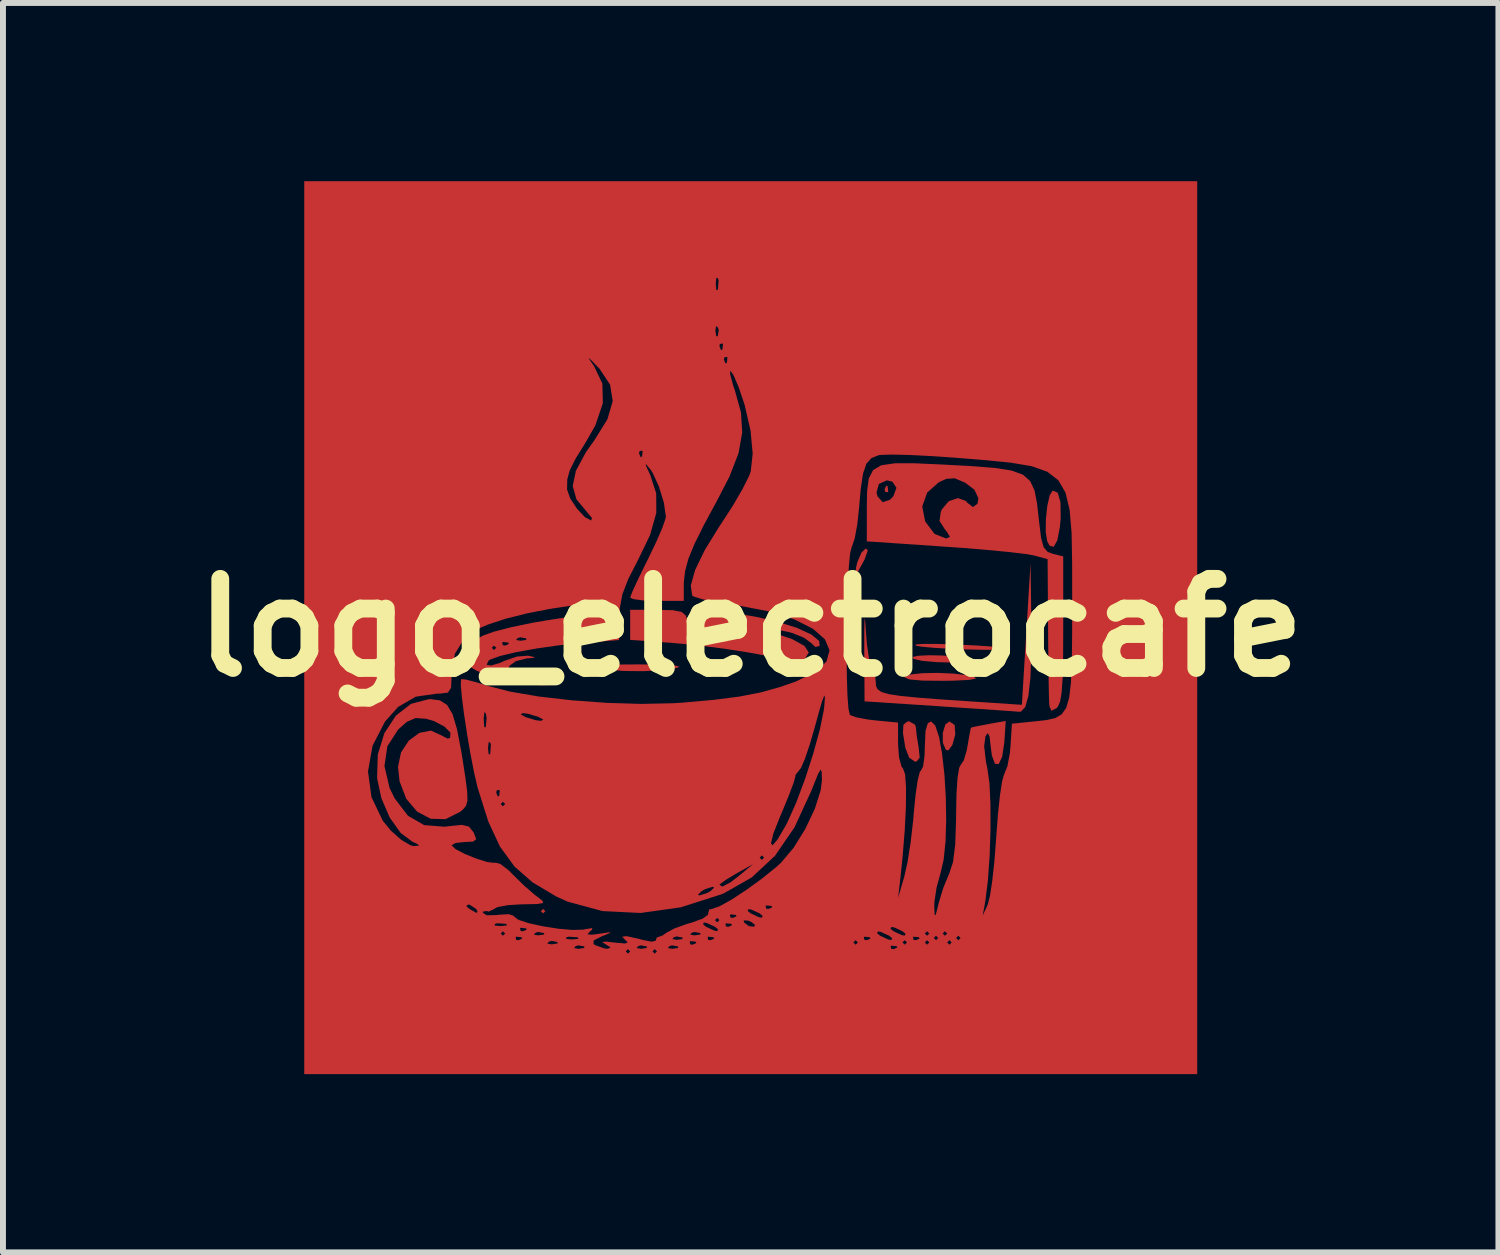
<source format=kicad_pcb>
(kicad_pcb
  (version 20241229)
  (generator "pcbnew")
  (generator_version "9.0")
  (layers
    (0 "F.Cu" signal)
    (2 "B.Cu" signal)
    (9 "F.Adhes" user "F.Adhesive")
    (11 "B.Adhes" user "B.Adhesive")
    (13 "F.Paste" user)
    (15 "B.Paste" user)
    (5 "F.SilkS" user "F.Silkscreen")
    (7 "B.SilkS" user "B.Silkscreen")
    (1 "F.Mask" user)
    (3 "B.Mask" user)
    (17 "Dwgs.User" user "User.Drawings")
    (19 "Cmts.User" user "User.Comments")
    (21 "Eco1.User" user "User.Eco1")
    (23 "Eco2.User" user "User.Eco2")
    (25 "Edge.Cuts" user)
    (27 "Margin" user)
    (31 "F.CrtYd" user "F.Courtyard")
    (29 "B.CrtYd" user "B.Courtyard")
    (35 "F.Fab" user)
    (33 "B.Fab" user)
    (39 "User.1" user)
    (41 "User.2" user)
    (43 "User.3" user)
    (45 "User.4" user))
  (footprint "logo_electrocafe"
    (layer "F.Cu")
    (at 9.586 7.515)
    (property "Reference" "logo_electrocafe" (at 0 0 0) (layer "F.SilkS") (effects (font (size 1.5 1.5) (thickness 0.3))))
    (attr board_only exclude_from_pos_files exclude_from_bom)
    (fp_poly (pts (xy -3.457 4.772) (xy -3.494 4.809) (xy -3.532 4.772) (xy -3.494 4.734)) (stroke (width 0) (type solid)) (fill yes) (layer "F.Cu"))
    (fp_poly (pts (xy 2.305 -2.38) (xy 2.314 -2.291) (xy 2.305 -2.279) (xy 2.26 -2.29) (xy 2.254 -2.33) (xy 2.282 -2.391)) (stroke (width 0) (type solid)) (fill yes) (layer "F.Cu"))
    (fp_poly (pts (xy 1.971 -1.301) (xy 1.919 -1.156) (xy 1.908 -1.132) (xy 1.81 -0.954) (xy 1.765 -0.914) (xy 1.773 -1.013) (xy 1.795 -1.104) (xy 1.863 -1.262) (xy 1.936 -1.334)) (stroke (width 0) (type solid)) (fill yes) (layer "F.Cu"))
    (fp_poly (pts (xy 3.433 1.638) (xy 3.443 1.798) (xy 3.393 1.977) (xy 3.327 2.064) (xy 3.285 2.058) (xy 3.233 1.935) (xy 3.233 1.771) (xy 3.275 1.631) (xy 3.344 1.578)) (stroke (width 0) (type solid)) (fill yes) (layer "F.Cu"))
    (fp_poly (pts (xy -1.519 0.622) (xy -1.291 0.635) (xy -1.2 0.654) (xy -1.24 0.676) (xy -1.487 0.715) (xy -1.806 0.732) (xy -2.137 0.729) (xy -2.42 0.705) (xy -2.555 0.676) (xy -2.572 0.65) (xy -2.449 0.632) (xy -2.195 0.62) (xy -1.879 0.618)) (stroke (width 0) (type solid)) (fill yes) (layer "F.Cu"))
    (fp_poly (pts (xy 2.767 1.633) (xy 2.78 1.681) (xy 2.795 1.826) (xy 2.827 2.02) (xy 2.844 2.188) (xy 2.793 2.251) (xy 2.762 2.254) (xy 2.666 2.187) (xy 2.602 2.02) (xy 2.562 1.769) (xy 2.571 1.632) (xy 2.633 1.581) (xy 2.668 1.578)) (stroke (width 0) (type solid)) (fill yes) (layer "F.Cu"))
    (fp_poly (pts (xy 5.167 -2.272) (xy 5.214 -2.11) (xy 5.217 -1.84) (xy 5.204 -1.697) (xy 5.16 -1.468) (xy 5.098 -1.36) (xy 5.028 -1.383) (xy 4.99 -1.456) (xy 4.965 -1.611) (xy 4.968 -1.826) (xy 4.992 -2.05) (xy 5.033 -2.229) (xy 5.082 -2.308)) (stroke (width 0) (type solid)) (fill yes) (layer "F.Cu"))
    (fp_poly (pts (xy 3.211 0.468) (xy 3.441 0.483) (xy 3.646 0.51) (xy 3.72 0.526) (xy 3.803 0.556) (xy 3.76 0.575) (xy 3.583 0.585) (xy 3.419 0.587) (xy 3.131 0.58) (xy 2.887 0.558) (xy 2.743 0.526) (xy 2.722 0.494) (xy 2.817 0.473) (xy 2.991 0.464)) (stroke (width 0) (type solid)) (fill yes) (layer "F.Cu"))
    (fp_poly (pts (xy 3.415 0.773) (xy 3.651 0.801) (xy 3.757 0.827) (xy 3.792 0.857) (xy 3.676 0.879) (xy 3.41 0.892) (xy 3.246 0.894) (xy 2.894 0.891) (xy 2.673 0.871) (xy 2.59 0.837) (xy 2.593 0.827) (xy 2.689 0.788) (xy 2.888 0.766) (xy 3.146 0.761)) (stroke (width 0) (type solid)) (fill yes) (layer "F.Cu"))
    (fp_poly (pts (xy 3.444 0.282) (xy 3.457 0.283) (xy 3.801 0.3) (xy 4.086 0.319) (xy 4.28 0.336) (xy 4.352 0.348) (xy 4.307 0.364) (xy 4.147 0.372) (xy 3.908 0.372) (xy 3.625 0.366) (xy 3.334 0.354) (xy 3.071 0.338) (xy 2.87 0.319) (xy 2.78 0.303) (xy 2.775 0.283) (xy 2.898 0.273) (xy 3.128 0.273)) (stroke (width 0) (type solid)) (fill yes) (layer "F.Cu"))
    (fp_poly (pts (xy 4.722 -0.18) (xy 4.723 0.398) (xy 4.708 0.836) (xy 4.674 1.145) (xy 4.622 1.333) (xy 4.55 1.412) (xy 4.517 1.415) (xy 4.404 1.406) (xy 4.169 1.39) (xy 3.84 1.367) (xy 3.445 1.341) (xy 3.156 1.321) (xy 1.916 1.24) (xy 1.911 0.338) (xy 1.911 0.049) (xy 1.915 -0.119) (xy 1.921 -0.158) (xy 1.931 -0.058) (xy 1.934 -0.000088) (xy 1.956 0.282) (xy 1.989 0.506) (xy 2.027 0.628) (xy 2.033 0.635) (xy 2.087 0.759) (xy 2.104 0.906) (xy 2.109 0.981) (xy 2.136 1.038) (xy 2.203 1.084) (xy 2.329 1.12) (xy 2.531 1.15) (xy 2.828 1.179) (xy 3.238 1.21) (xy 3.779 1.246) (xy 3.804 1.248) (xy 4.564 1.298) (xy 4.637 0.104) (xy 4.71 -1.09)) (stroke (width 0) (type solid)) (fill yes) (layer "F.Cu"))
    (fp_poly (pts (xy -1.311 -0.294) (xy -1.164 -0.266) (xy -1.094 -0.206) (xy -1.075 -0.155) (xy -0.995 -0.015) (xy -0.932 0.03) (xy -0.841 0.025) (xy -0.838 -0.049) (xy -0.902 -0.113) (xy -0.987 -0.195) (xy -0.945 -0.249) (xy -0.797 -0.274) (xy -0.562 -0.272) (xy -0.261 -0.242) (xy 0.085 -0.184) (xy 0.444 -0.102) (xy 0.778 0.003) (xy 1.02 0.115) (xy 1.152 0.224) (xy 1.16 0.308) (xy 1.086 0.324) (xy 1.024 0.263) (xy 0.897 0.169) (xy 0.692 0.087) (xy 0.637 0.073) (xy 0.417 0.029) (xy 0.266 0.011) (xy 0.205 0.017) (xy 0.255 0.048) (xy 0.376 0.085) (xy 0.697 0.192) (xy 0.903 0.306) (xy 0.977 0.417) (xy 0.977 0.418) (xy 0.914 0.52) (xy 0.775 0.587) (xy 0.634 0.59) (xy 0.59 0.565) (xy 0.487 0.524) (xy 0.266 0.473) (xy -0.039 0.417) (xy -0.397 0.361) (xy -0.775 0.311) (xy -1.141 0.272) (xy -1.307 0.258) (xy -2.029 0.205) (xy -2.029 -0.048) (xy -2.029 -0.301) (xy -1.571 -0.301)) (stroke (width 0) (type solid)) (fill yes) (layer "F.Cu"))
    (fp_poly (pts (xy 2.762 -2.767) (xy 3.189 -2.748) (xy 3.712 -2.72) (xy 4.106 -2.689) (xy 4.389 -2.645) (xy 4.582 -2.575) (xy 4.704 -2.467) (xy 4.777 -2.31) (xy 4.819 -2.092) (xy 4.852 -1.802) (xy 4.855 -1.773) (xy 4.888 -1.506) (xy 4.931 -1.353) (xy 4.998 -1.276) (xy 5.082 -1.244) (xy 5.26 -1.2) (xy 5.26 0.03) (xy 5.258 0.505) (xy 5.25 0.851) (xy 5.233 1.089) (xy 5.208 1.241) (xy 5.171 1.328) (xy 5.148 1.353) (xy 5.062 1.399) (xy 5.029 1.324) (xy 5.024 1.268) (xy 5.019 1.131) (xy 5.014 0.876) (xy 5.01 0.535) (xy 5.006 0.138) (xy 5.005 -0.032) (xy 4.997 -1.153) (xy 4.772 -1.215) (xy 4.623 -1.241) (xy 4.355 -1.273) (xy 3.997 -1.307) (xy 3.578 -1.342) (xy 3.25 -1.365) (xy 1.954 -1.453) (xy 1.954 -1.999) (xy 1.954 -2.04) (xy 2.887 -2.04) (xy 2.935 -1.794) (xy 2.94 -1.783) (xy 3.094 -1.578) (xy 3.279 -1.505) (xy 3.299 -1.504) (xy 3.354 -1.529) (xy 3.297 -1.621) (xy 3.269 -1.654) (xy 3.178 -1.796) (xy 3.198 -1.946) (xy 3.218 -1.992) (xy 3.334 -2.129) (xy 3.488 -2.181) (xy 3.621 -2.134) (xy 3.645 -2.104) (xy 3.74 -2.03) (xy 3.816 -2.086) (xy 3.833 -2.177) (xy 3.765 -2.323) (xy 3.607 -2.442) (xy 3.432 -2.515) (xy 3.292 -2.505) (xy 3.165 -2.447) (xy 2.969 -2.273) (xy 2.887 -2.04) (xy 1.954 -2.04) (xy 1.958 -2.277) (xy 2.117 -2.277) (xy 2.133 -2.213) (xy 2.221 -2.112) (xy 2.343 -2.153) (xy 2.402 -2.214) (xy 2.453 -2.355) (xy 2.384 -2.458) (xy 2.292 -2.48) (xy 2.158 -2.42) (xy 2.117 -2.277) (xy 1.958 -2.277) (xy 1.959 -2.298) (xy 1.987 -2.512) (xy 2.06 -2.653) (xy 2.199 -2.734) (xy 2.426 -2.767)) (stroke (width 0) (type solid)) (fill yes) (layer "F.Cu"))
    (fp_poly (pts (xy 7.515 -0.000001) (xy 7.515 7.515) (xy -0.000001 7.515) (xy -7.515 7.515) (xy -7.515 5.448) (xy -2.104 5.448) (xy -2.067 5.486) (xy -2.029 5.448) (xy -1.653 5.448) (xy -1.616 5.486) (xy -1.578 5.448) (xy -1.616 5.411) (xy -1.653 5.448) (xy -2.029 5.448) (xy -2.067 5.411) (xy -2.104 5.448) (xy -7.515 5.448) (xy -7.515 5.393) (xy -2.973 5.393) (xy -2.899 5.405) (xy -2.802 5.391) (xy -2.801 5.365) (xy -2.901 5.347) (xy -2.945 5.359) (xy -2.973 5.393) (xy -7.515 5.393) (xy -7.515 5.318) (xy -3.424 5.318) (xy -3.35 5.33) (xy -3.253 5.316) (xy -3.252 5.29) (xy -3.352 5.272) (xy -3.396 5.284) (xy -3.424 5.318) (xy -7.515 5.318) (xy -7.515 5.21) (xy -3.958 5.21) (xy -3.947 5.255) (xy -3.908 5.26) (xy -3.857 5.238) (xy -3.109 5.238) (xy -3.006 5.248) (xy -2.899 5.237) (xy -2.912 5.211) (xy -3.066 5.201) (xy -3.1 5.211) (xy -3.109 5.238) (xy -3.857 5.238) (xy -3.846 5.233) (xy -3.858 5.21) (xy -3.947 5.201) (xy -3.958 5.21) (xy -7.515 5.21) (xy -7.515 5.148) (xy -4.208 5.148) (xy -4.171 5.185) (xy -4.153 5.167) (xy -3.65 5.167) (xy -3.576 5.179) (xy -3.478 5.165) (xy -3.477 5.14) (xy -3.578 5.122) (xy -3.621 5.134) (xy -3.65 5.167) (xy -4.153 5.167) (xy -4.133 5.148) (xy -4.171 5.11) (xy -4.208 5.148) (xy -7.515 5.148) (xy -7.515 5.06) (xy -3.883 5.06) (xy -3.872 5.105) (xy -3.833 5.11) (xy -3.771 5.083) (xy -3.782 5.06) (xy -3.872 5.051) (xy -3.883 5.06) (xy -7.515 5.06) (xy -7.515 5.013) (xy -4.312 5.013) (xy -4.208 5.023) (xy -4.102 5.011) (xy -4.114 4.985) (xy -4.268 4.975) (xy -4.302 4.985) (xy -4.312 5.013) (xy -7.515 5.013) (xy -7.515 4.69) (xy -4.787 4.69) (xy -4.734 4.734) (xy -4.614 4.802) (xy -4.598 4.776) (xy -4.622 4.734) (xy -4.731 4.663) (xy -4.758 4.66) (xy -4.787 4.69) (xy -7.515 4.69) (xy -7.515 2.421) (xy -6.442 2.421) (xy -6.384 2.85) (xy -6.195 3.246) (xy -6.057 3.416) (xy -5.881 3.572) (xy -5.721 3.666) (xy -5.665 3.677) (xy -5.579 3.667) (xy -5.626 3.632) (xy -5.689 3.606) (xy -5.892 3.455) (xy -6.076 3.196) (xy -6.217 2.87) (xy -6.289 2.532) (xy -6.277 2.133) (xy -6.165 1.773) (xy -5.973 1.481) (xy -5.718 1.282) (xy -5.418 1.203) (xy -5.395 1.202) (xy -5.233 1.223) (xy -5.112 1.299) (xy -5.02 1.453) (xy -4.944 1.707) (xy -4.872 2.084) (xy -4.856 2.179) (xy -4.802 2.529) (xy -4.772 2.762) (xy -4.768 2.907) (xy -4.791 2.996) (xy -4.842 3.059) (xy -4.891 3.1) (xy -5.138 3.223) (xy -5.387 3.216) (xy -5.615 3.096) (xy -5.798 2.88) (xy -5.911 2.585) (xy -5.937 2.342) (xy -5.886 2.099) (xy -5.754 1.9) (xy -5.576 1.77) (xy -5.383 1.732) (xy -5.21 1.81) (xy -5.201 1.817) (xy -5.099 1.868) (xy -5.059 1.853) (xy -5.055 1.765) (xy -5.158 1.662) (xy -5.333 1.571) (xy -5.465 1.533) (xy -5.642 1.521) (xy -5.789 1.585) (xy -5.934 1.714) (xy -6.116 1.995) (xy -6.165 2.329) (xy -6.079 2.697) (xy -5.994 2.872) (xy -5.769 3.166) (xy -5.496 3.323) (xy -5.156 3.35) (xy -5.075 3.341) (xy -4.862 3.319) (xy -4.743 3.348) (xy -4.668 3.441) (xy -4.663 3.449) (xy -4.62 3.559) (xy -4.674 3.601) (xy -4.807 3.607) (xy -4.966 3.623) (xy -5.035 3.662) (xy -5.035 3.663) (xy -4.971 3.726) (xy -4.814 3.808) (xy -4.617 3.887) (xy -4.431 3.945) (xy -4.31 3.959) (xy -4.298 3.954) (xy -4.211 3.979) (xy -4.07 4.088) (xy -4.004 4.155) (xy -3.816 4.34) (xy -3.635 4.497) (xy -3.598 4.524) (xy -3.504 4.597) (xy -3.495 4.635) (xy -3.593 4.651) (xy -3.818 4.656) (xy -3.847 4.656) (xy -4.088 4.67) (xy -4.263 4.703) (xy -4.322 4.736) (xy -4.412 4.779) (xy -4.439 4.769) (xy -4.504 4.777) (xy -4.509 4.8) (xy -4.443 4.841) (xy -4.274 4.837) (xy -4.246 4.832) (xy -4.073 4.822) (xy -3.986 4.851) (xy -3.983 4.861) (xy -3.915 4.915) (xy -3.74 4.973) (xy -3.5 5.026) (xy -3.237 5.067) (xy -2.995 5.088) (xy -2.816 5.082) (xy -2.799 5.078) (xy -2.669 5.056) (xy -2.67 5.084) (xy -2.705 5.112) (xy -2.749 5.162) (xy -2.671 5.168) (xy -2.555 5.153) (xy -2.387 5.128) (xy -2.359 5.134) (xy -2.464 5.178) (xy -2.507 5.195) (xy -2.644 5.264) (xy -2.646 5.323) (xy -2.62 5.343) (xy -2.459 5.4) (xy -2.405 5.404) (xy -2.38 5.393) (xy -1.921 5.393) (xy -1.847 5.405) (xy -1.762 5.393) (xy -1.395 5.393) (xy -1.321 5.405) (xy -1.224 5.391) (xy -1.223 5.365) (xy -1.249 5.361) (xy 2.355 5.361) (xy 2.365 5.405) (xy 2.405 5.411) (xy 2.467 5.383) (xy 2.455 5.361) (xy 2.366 5.352) (xy 2.355 5.361) (xy -1.249 5.361) (xy -1.323 5.347) (xy -1.367 5.359) (xy -1.395 5.393) (xy -1.762 5.393) (xy -1.75 5.391) (xy -1.749 5.365) (xy -1.849 5.347) (xy -1.893 5.359) (xy -1.921 5.393) (xy -2.38 5.393) (xy -2.358 5.382) (xy -2.442 5.329) (xy -2.502 5.29) (xy -2.43 5.284) (xy -2.292 5.3) (xy -2.113 5.316) (xy -2.069 5.296) (xy -2.081 5.285) (xy -1.027 5.285) (xy -1.017 5.33) (xy -0.977 5.336) (xy -0.915 5.308) (xy -0.92 5.298) (xy 1.728 5.298) (xy 1.766 5.336) (xy 1.804 5.298) (xy 2.555 5.298) (xy 2.593 5.336) (xy 2.63 5.298) (xy 2.931 5.298) (xy 2.968 5.336) (xy 3.006 5.298) (xy 3.307 5.298) (xy 3.344 5.336) (xy 3.382 5.298) (xy 3.344 5.26) (xy 3.307 5.298) (xy 3.006 5.298) (xy 2.968 5.26) (xy 2.931 5.298) (xy 2.63 5.298) (xy 2.593 5.26) (xy 2.555 5.298) (xy 1.804 5.298) (xy 1.766 5.26) (xy 1.728 5.298) (xy -0.92 5.298) (xy -0.927 5.285) (xy -1.016 5.276) (xy -1.027 5.285) (xy -2.081 5.285) (xy -2.104 5.264) (xy -2.165 5.202) (xy -2.092 5.192) (xy -1.893 5.235) (xy -1.824 5.255) (xy -1.667 5.285) (xy -1.599 5.269) (xy -1.599 5.262) (xy -1.591 5.242) (xy -1.32 5.242) (xy -1.246 5.254) (xy -1.149 5.241) (xy -1.148 5.215) (xy -1.174 5.21) (xy -0.726 5.21) (xy -0.716 5.255) (xy -0.676 5.26) (xy -0.614 5.233) (xy -0.626 5.21) (xy 1.904 5.21) (xy 1.914 5.255) (xy 1.954 5.26) (xy 2.016 5.233) (xy 2.004 5.21) (xy 1.915 5.201) (xy 1.904 5.21) (xy -0.626 5.21) (xy -0.715 5.201) (xy -0.726 5.21) (xy -1.174 5.21) (xy -1.248 5.197) (xy -1.292 5.209) (xy -1.32 5.242) (xy -1.591 5.242) (xy -1.578 5.21) (xy -1.571 5.212) (xy -1.482 5.18) (xy -1.465 5.167) (xy -1.019 5.167) (xy -0.946 5.179) (xy -0.848 5.165) (xy -0.847 5.143) (xy 2.128 5.143) (xy 2.179 5.185) (xy 2.316 5.249) (xy 2.367 5.258) (xy 2.381 5.227) (xy 2.36 5.21) (xy 2.73 5.21) (xy 2.741 5.255) (xy 2.78 5.26) (xy 2.842 5.233) (xy 2.837 5.223) (xy 3.081 5.223) (xy 3.119 5.26) (xy 3.156 5.223) (xy 3.457 5.223) (xy 3.494 5.26) (xy 3.532 5.223) (xy 3.494 5.185) (xy 3.457 5.223) (xy 3.156 5.223) (xy 3.119 5.185) (xy 3.081 5.223) (xy 2.837 5.223) (xy 2.831 5.21) (xy 2.741 5.201) (xy 2.73 5.21) (xy 2.36 5.21) (xy 2.33 5.185) (xy 2.193 5.122) (xy 2.142 5.112) (xy 2.128 5.143) (xy -0.847 5.143) (xy -0.847 5.14) (xy -0.948 5.122) (xy -0.991 5.134) (xy -1.019 5.167) (xy -1.465 5.167) (xy -1.421 5.136) (xy -1.285 5.063) (xy -1.091 4.993) (xy -0.802 4.993) (xy -0.751 5.035) (xy -0.614 5.098) (xy -0.564 5.108) (xy -0.55 5.077) (xy -0.561 5.068) (xy 2.354 5.068) (xy 2.405 5.11) (xy 2.542 5.174) (xy 2.593 5.183) (xy 2.606 5.152) (xy 2.601 5.148) (xy 2.931 5.148) (xy 2.968 5.185) (xy 3.006 5.148) (xy 3.231 5.148) (xy 3.269 5.185) (xy 3.307 5.148) (xy 3.269 5.11) (xy 3.231 5.148) (xy 3.006 5.148) (xy 2.968 5.11) (xy 2.931 5.148) (xy 2.601 5.148) (xy 2.555 5.11) (xy 2.418 5.046) (xy 2.367 5.037) (xy 2.354 5.068) (xy -0.561 5.068) (xy -0.601 5.035) (xy -0.709 4.985) (xy -0.426 4.985) (xy -0.416 5.029) (xy -0.376 5.035) (xy -0.314 5.007) (xy -0.326 4.985) (xy -0.415 4.976) (xy -0.426 4.985) (xy -0.709 4.985) (xy -0.738 4.971) (xy -0.789 4.962) (xy -0.802 4.993) (xy -1.091 4.993) (xy -1.072 4.986) (xy -0.993 4.964) (xy -0.878 4.922) (xy -0.601 4.922) (xy -0.564 4.96) (xy -0.53 4.926) (xy -0.119 4.926) (xy -0.112 4.961) (xy -0.032 5.023) (xy 0.054 5.033) (xy 0.075 5.005) (xy 0.016 4.957) (xy -0.041 4.931) (xy -0.119 4.926) (xy -0.53 4.926) (xy -0.526 4.922) (xy -0.564 4.885) (xy -0.601 4.922) (xy -0.878 4.922) (xy -0.81 4.898) (xy -0.722 4.835) (xy -0.351 4.835) (xy -0.34 4.879) (xy -0.301 4.885) (xy -0.239 4.857) (xy -0.25 4.835) (xy -0.34 4.826) (xy -0.351 4.835) (xy -0.722 4.835) (xy -0.718 4.831) (xy -0.716 4.806) (xy -0.705 4.768) (xy -0.051 4.768) (xy -0.000001 4.809) (xy 0.137 4.873) (xy 0.188 4.882) (xy 0.201 4.851) (xy 0.15 4.809) (xy 0.013 4.746) (xy -0.038 4.737) (xy -0.051 4.768) (xy -0.705 4.768) (xy -0.699 4.743) (xy -0.652 4.734) (xy -0.524 4.69) (xy -0.514 4.684) (xy 0.25 4.684) (xy 0.261 4.729) (xy 0.301 4.734) (xy 0.362 4.707) (xy 0.351 4.684) (xy 0.262 4.675) (xy 0.25 4.684) (xy -0.514 4.684) (xy -0.317 4.574) (xy -0.065 4.408) (xy 0.196 4.218) (xy 0.432 4.027) (xy 0.51 3.956) (xy 0.721 3.706) (xy 0.919 3.387) (xy 1.08 3.046) (xy 1.179 2.732) (xy 1.199 2.562) (xy 1.194 2.426) (xy 1.175 2.39) (xy 1.132 2.466) (xy 1.051 2.667) (xy 1.019 2.748) (xy 0.737 3.36) (xy 0.408 3.84) (xy 0.017 4.204) (xy -0.447 4.468) (xy -0.488 4.486) (xy -1.178 4.707) (xy -1.853 4.802) (xy -2.494 4.77) (xy -3.082 4.611) (xy -3.274 4.524) (xy -3.325 4.493) (xy -0.887 4.493) (xy -0.864 4.507) (xy -0.741 4.469) (xy -0.676 4.434) (xy -0.616 4.374) (xy -0.639 4.361) (xy -0.762 4.398) (xy -0.827 4.434) (xy -0.887 4.493) (xy -3.325 4.493) (xy -3.603 4.328) (xy -0.526 4.328) (xy -0.477 4.358) (xy -0.34 4.286) (xy -0.188 4.169) (xy 0.038 3.98) (xy -0.244 4.139) (xy -0.416 4.243) (xy -0.516 4.315) (xy -0.526 4.328) (xy -3.603 4.328) (xy -3.668 4.29) (xy -3.977 4.02) (xy -4.085 3.87) (xy 0.15 3.87) (xy 0.188 3.908) (xy 0.225 3.87) (xy 0.188 3.833) (xy 0.15 3.87) (xy -4.085 3.87) (xy -4.22 3.686) (xy -4.247 3.628) (xy 0.341 3.628) (xy 0.367 3.663) (xy 0.451 3.566) (xy 0.588 3.332) (xy 0.618 3.274) (xy 0.765 2.946) (xy 0.915 2.545) (xy 1.053 2.118) (xy 1.163 1.716) (xy 1.23 1.389) (xy 1.238 1.323) (xy 1.249 1.175) (xy 1.239 1.14) (xy 1.204 1.228) (xy 1.14 1.448) (xy 1.084 1.653) (xy 0.996 1.959) (xy 0.913 2.205) (xy 0.848 2.358) (xy 0.822 2.392) (xy 0.754 2.478) (xy 0.751 2.505) (xy 0.722 2.61) (xy 0.645 2.815) (xy 0.536 3.081) (xy 0.494 3.179) (xy 0.381 3.465) (xy 0.341 3.628) (xy -4.247 3.628) (xy -4.418 3.26) (xy -4.51 2.968) (xy -4.208 2.968) (xy -4.171 3.006) (xy -4.133 2.968) (xy -4.171 2.931) (xy -4.208 2.968) (xy -4.51 2.968) (xy -4.569 2.78) (xy -4.283 2.78) (xy -4.256 2.842) (xy -4.233 2.831) (xy -4.224 2.741) (xy -4.233 2.73) (xy -4.278 2.741) (xy -4.283 2.78) (xy -4.569 2.78) (xy -4.59 2.714) (xy -4.603 2.668) (xy -4.659 2.424) (xy -4.718 2.119) (xy -4.734 2.029) (xy -4.422 2.029) (xy -4.41 2.136) (xy -4.384 2.123) (xy -4.374 1.969) (xy -4.384 1.935) (xy -4.411 1.926) (xy -4.422 2.029) (xy -4.734 2.029) (xy -4.775 1.786) (xy -4.812 1.541) (xy -4.494 1.541) (xy -4.486 1.669) (xy -4.463 1.68) (xy -4.46 1.673) (xy -4.445 1.524) (xy -4.455 1.458) (xy -3.874 1.458) (xy -3.795 1.503) (xy -3.62 1.557) (xy -3.532 1.568) (xy -3.49 1.548) (xy -3.57 1.503) (xy -3.745 1.449) (xy -3.833 1.438) (xy -3.874 1.458) (xy -4.455 1.458) (xy -4.457 1.448) (xy -4.481 1.417) (xy -4.494 1.517) (xy -4.494 1.541) (xy -4.812 1.541) (xy -4.825 1.46) (xy -4.861 1.175) (xy -4.88 0.966) (xy -4.875 0.868) (xy -4.873 0.866) (xy -4.793 0.873) (xy -4.614 0.92) (xy -4.428 0.979) (xy -4.055 1.075) (xy -3.571 1.158) (xy -3.016 1.222) (xy -2.429 1.265) (xy -1.849 1.283) (xy -1.316 1.272) (xy -1.165 1.263) (xy -0.624 1.215) (xy -0.194 1.16) (xy 0.167 1.09) (xy 0.5 0.997) (xy 0.765 0.904) (xy 1.092 0.744) (xy 1.277 0.567) (xy 1.306 0.457) (xy 1.614 0.457) (xy 1.618 0.828) (xy 1.628 1.141) (xy 1.645 1.364) (xy 1.669 1.468) (xy 1.67 1.47) (xy 1.772 1.508) (xy 1.969 1.545) (xy 2.102 1.561) (xy 2.48 1.597) (xy 2.48 1.959) (xy 2.496 2.182) (xy 2.538 2.338) (xy 2.565 2.374) (xy 2.599 2.471) (xy 2.614 2.693) (xy 2.612 3.016) (xy 2.592 3.416) (xy 2.555 3.868) (xy 2.52 4.208) (xy 2.481 4.546) (xy 2.586 4.185) (xy 2.64 3.943) (xy 2.692 3.609) (xy 2.734 3.244) (xy 2.745 3.114) (xy 2.775 2.809) (xy 2.81 2.569) (xy 2.846 2.428) (xy 2.865 2.405) (xy 2.901 2.337) (xy 2.925 2.161) (xy 2.931 1.991) (xy 2.942 1.736) (xy 2.981 1.607) (xy 3.036 1.578) (xy 3.107 1.648) (xy 3.17 1.84) (xy 3.221 2.123) (xy 3.26 2.47) (xy 3.283 2.85) (xy 3.29 3.236) (xy 3.279 3.597) (xy 3.247 3.906) (xy 3.199 4.115) (xy 3.128 4.375) (xy 3.091 4.62) (xy 3.089 4.691) (xy 3.096 4.83) (xy 3.111 4.841) (xy 3.145 4.715) (xy 3.163 4.638) (xy 3.24 4.382) (xy 3.337 4.148) (xy 3.343 4.134) (xy 3.405 3.946) (xy 3.442 3.654) (xy 3.456 3.237) (xy 3.457 3.129) (xy 3.463 2.795) (xy 3.481 2.529) (xy 3.508 2.36) (xy 3.53 2.317) (xy 3.586 2.234) (xy 3.638 2.056) (xy 3.649 1.991) (xy 3.682 1.801) (xy 3.704 1.692) (xy 3.708 1.682) (xy 3.782 1.664) (xy 3.95 1.632) (xy 4.006 1.621) (xy 4.292 1.57) (xy 4.269 1.925) (xy 4.233 2.171) (xy 4.174 2.296) (xy 4.111 2.291) (xy 4.059 2.151) (xy 4.041 2.015) (xy 4.019 1.827) (xy 3.989 1.775) (xy 3.951 1.829) (xy 3.929 1.995) (xy 3.959 2.255) (xy 3.983 2.369) (xy 4.018 2.617) (xy 4.035 2.972) (xy 4.036 3.39) (xy 4.022 3.828) (xy 3.993 4.245) (xy 3.95 4.596) (xy 3.939 4.659) (xy 3.904 4.847) (xy 3.99 4.659) (xy 4.027 4.514) (xy 4.066 4.254) (xy 4.103 3.916) (xy 4.132 3.536) (xy 4.133 3.513) (xy 4.161 3.142) (xy 4.195 2.823) (xy 4.231 2.586) (xy 4.266 2.464) (xy 4.27 2.459) (xy 4.321 2.331) (xy 4.361 2.115) (xy 4.373 1.99) (xy 4.396 1.616) (xy 4.799 1.575) (xy 4.984 1.554) (xy 5.127 1.521) (xy 5.234 1.459) (xy 5.31 1.349) (xy 5.361 1.175) (xy 5.39 0.919) (xy 5.405 0.563) (xy 5.41 0.09) (xy 5.411 -0.442) (xy 5.41 -1.083) (xy 5.401 -1.591) (xy 5.368 -1.982) (xy 5.298 -2.274) (xy 5.177 -2.482) (xy 4.992 -2.625) (xy 4.729 -2.718) (xy 4.374 -2.778) (xy 3.914 -2.823) (xy 3.44 -2.861) (xy 3.034 -2.889) (xy 2.669 -2.907) (xy 2.376 -2.914) (xy 2.189 -2.908) (xy 2.152 -2.903) (xy 2.03 -2.853) (xy 1.946 -2.759) (xy 1.89 -2.593) (xy 1.85 -2.326) (xy 1.825 -2.029) (xy 1.794 -1.741) (xy 1.751 -1.505) (xy 1.705 -1.367) (xy 1.7 -1.36) (xy 1.673 -1.255) (xy 1.652 -1.032) (xy 1.634 -0.719) (xy 1.622 -0.347) (xy 1.615 0.055) (xy 1.614 0.457) (xy 1.306 0.457) (xy 1.327 0.381) (xy 1.249 0.196) (xy 1.05 0.02) (xy 0.737 -0.139) (xy 0.315 -0.273) (xy -0.207 -0.373) (xy -0.263 -0.38) (xy -0.567 -0.427) (xy -0.811 -0.478) (xy -0.96 -0.525) (xy -0.986 -0.543) (xy -1.009 -0.71) (xy -0.936 -0.97) (xy -0.773 -1.307) (xy -0.528 -1.705) (xy -0.494 -1.755) (xy -0.303 -2.05) (xy -0.14 -2.33) (xy -0.028 -2.553) (xy 0.000465 -2.63) (xy 0.033 -2.93) (xy -0.003 -3.317) (xy -0.102 -3.748) (xy -0.2 -4.041) (xy -0.291 -4.254) (xy -0.343 -4.328) (xy -0.347 -4.268) (xy -0.296 -4.079) (xy -0.264 -3.985) (xy -0.164 -3.622) (xy -0.143 -3.285) (xy -0.205 -2.938) (xy -0.357 -2.545) (xy -0.558 -2.155) (xy -0.786 -1.733) (xy -0.946 -1.411) (xy -1.049 -1.16) (xy -1.105 -0.953) (xy -1.126 -0.762) (xy -1.127 -0.703) (xy -1.127 -0.451) (xy -1.578 -0.451) (xy -1.816 -0.459) (xy -1.979 -0.482) (xy -2.029 -0.507) (xy -1.997 -0.595) (xy -1.911 -0.783) (xy -1.788 -1.037) (xy -1.728 -1.157) (xy -1.593 -1.438) (xy -1.489 -1.677) (xy -1.433 -1.838) (xy -1.428 -1.871) (xy -1.462 -2.106) (xy -1.546 -2.379) (xy -1.653 -2.611) (xy -1.694 -2.671) (xy -1.764 -2.754) (xy -1.766 -2.731) (xy -1.7 -2.59) (xy -1.694 -2.578) (xy -1.591 -2.262) (xy -1.589 -1.933) (xy -1.694 -1.561) (xy -1.892 -1.15) (xy -2.061 -0.82) (xy -2.16 -0.563) (xy -2.204 -0.329) (xy -2.211 -0.185) (xy -2.217 0.208) (xy -2.867 0.259) (xy -3.239 0.298) (xy -3.61 0.351) (xy -3.948 0.412) (xy -4.217 0.476) (xy -4.383 0.535) (xy -4.412 0.555) (xy -4.445 0.624) (xy -4.371 0.637) (xy -4.22 0.593) (xy -4.146 0.559) (xy -3.935 0.486) (xy -3.747 0.472) (xy -3.739 0.473) (xy -3.634 0.497) (xy -3.668 0.51) (xy -3.767 0.516) (xy -3.952 0.563) (xy -4.055 0.636) (xy -4.096 0.719) (xy -4.02 0.771) (xy -3.933 0.794) (xy -3.693 0.852) (xy -3.494 0.903) (xy -3.269 0.963) (xy -3.532 0.969) (xy -3.78 0.951) (xy -4.078 0.895) (xy -4.372 0.816) (xy -4.607 0.728) (xy -4.705 0.67) (xy -4.797 0.517) (xy -4.757 0.345) (xy -4.75 0.338) (xy -4.359 0.338) (xy -4.321 0.376) (xy -4.283 0.338) (xy -4.321 0.301) (xy -4.359 0.338) (xy -4.75 0.338) (xy -4.663 0.25) (xy -4.183 0.25) (xy -4.173 0.295) (xy -4.133 0.301) (xy -4.071 0.273) (xy -4.083 0.25) (xy -4.172 0.241) (xy -4.183 0.25) (xy -4.663 0.25) (xy -4.62 0.207) (xy -3.95 0.207) (xy -3.876 0.22) (xy -3.779 0.206) (xy -3.778 0.18) (xy -3.878 0.162) (xy -3.922 0.174) (xy -3.95 0.207) (xy -4.62 0.207) (xy -4.598 0.185) (xy -4.506 0.133) (xy -4.318 0.066) (xy -4.027 -0.009) (xy -3.68 -0.081) (xy -3.454 -0.12) (xy -3.018 -0.188) (xy -2.711 -0.238) (xy -2.511 -0.274) (xy -2.397 -0.301) (xy -2.351 -0.323) (xy -2.349 -0.344) (xy -2.359 -0.355) (xy -2.484 -0.394) (xy -2.721 -0.396) (xy -3.036 -0.368) (xy -3.396 -0.314) (xy -3.769 -0.24) (xy -4.121 -0.152) (xy -4.42 -0.054) (xy -4.545 -0.001) (xy -4.823 0.187) (xy -4.98 0.439) (xy -5.034 0.782) (xy -5.035 0.823) (xy -5.044 1.011) (xy -5.096 1.092) (xy -5.229 1.11) (xy -5.279 1.11) (xy -5.637 1.161) (xy -5.934 1.333) (xy -6.156 1.581) (xy -6.366 1.988) (xy -6.442 2.421) (xy -7.515 2.421) (xy -7.515 -0.000001) (xy -7.515 -2.334) (xy -3.091 -2.334) (xy -3.09 -2.321) (xy -3.038 -2.175) (xy -2.925 -2.004) (xy -2.794 -1.863) (xy -2.686 -1.804) (xy -2.686 -1.804) (xy -2.672 -1.846) (xy -2.756 -1.947) (xy -2.76 -1.951) (xy -2.934 -2.162) (xy -2.996 -2.385) (xy -2.943 -2.64) (xy -2.786 -2.931) (xy -1.879 -2.931) (xy -1.851 -2.869) (xy -1.829 -2.881) (xy -1.82 -2.97) (xy -1.829 -2.981) (xy -1.873 -2.971) (xy -1.879 -2.931) (xy -2.786 -2.931) (xy -2.775 -2.952) (xy -2.633 -3.152) (xy -2.412 -3.508) (xy -2.323 -3.814) (xy -2.367 -4.09) (xy -2.542 -4.354) (xy -2.563 -4.376) (xy -2.691 -4.509) (xy -0.451 -4.509) (xy -0.423 -4.447) (xy -0.401 -4.459) (xy -0.392 -4.548) (xy -0.401 -4.559) (xy -0.445 -4.549) (xy -0.451 -4.509) (xy -2.691 -4.509) (xy -2.695 -4.513) (xy -2.733 -4.543) (xy -2.683 -4.468) (xy -2.638 -4.405) (xy -2.497 -4.108) (xy -2.489 -3.779) (xy -2.615 -3.405) (xy -2.775 -3.124) (xy -2.946 -2.848) (xy -3.045 -2.652) (xy -3.088 -2.495) (xy -3.091 -2.334) (xy -7.515 -2.334) (xy -7.515 -4.734) (xy -0.526 -4.734) (xy -0.499 -4.672) (xy -0.476 -4.684) (xy -0.467 -4.773) (xy -0.476 -4.784) (xy -0.521 -4.774) (xy -0.526 -4.734) (xy -7.515 -4.734) (xy -7.515 -5.004) (xy -0.595 -5.004) (xy -0.581 -4.906) (xy -0.556 -4.905) (xy -0.538 -5.006) (xy -0.55 -5.049) (xy -0.583 -5.077) (xy -0.595 -5.004) (xy -7.515 -5.004) (xy -7.515 -5.786) (xy -0.589 -5.786) (xy -0.578 -5.68) (xy -0.551 -5.692) (xy -0.541 -5.846) (xy -0.551 -5.88) (xy -0.579 -5.89) (xy -0.589 -5.786) (xy -7.515 -5.786) (xy -7.515 -7.515) (xy -0.000001 -7.515) (xy 7.515 -7.515)) (stroke (width 0) (type solid)) (fill yes) (layer "F.Cu")))
  (gr_rect
    (start -3 -3)
    (end 22.171 18.03)
    (stroke (width 0.1) (type default))
    (fill no)
    (layer "Edge.Cuts")))
</source>
